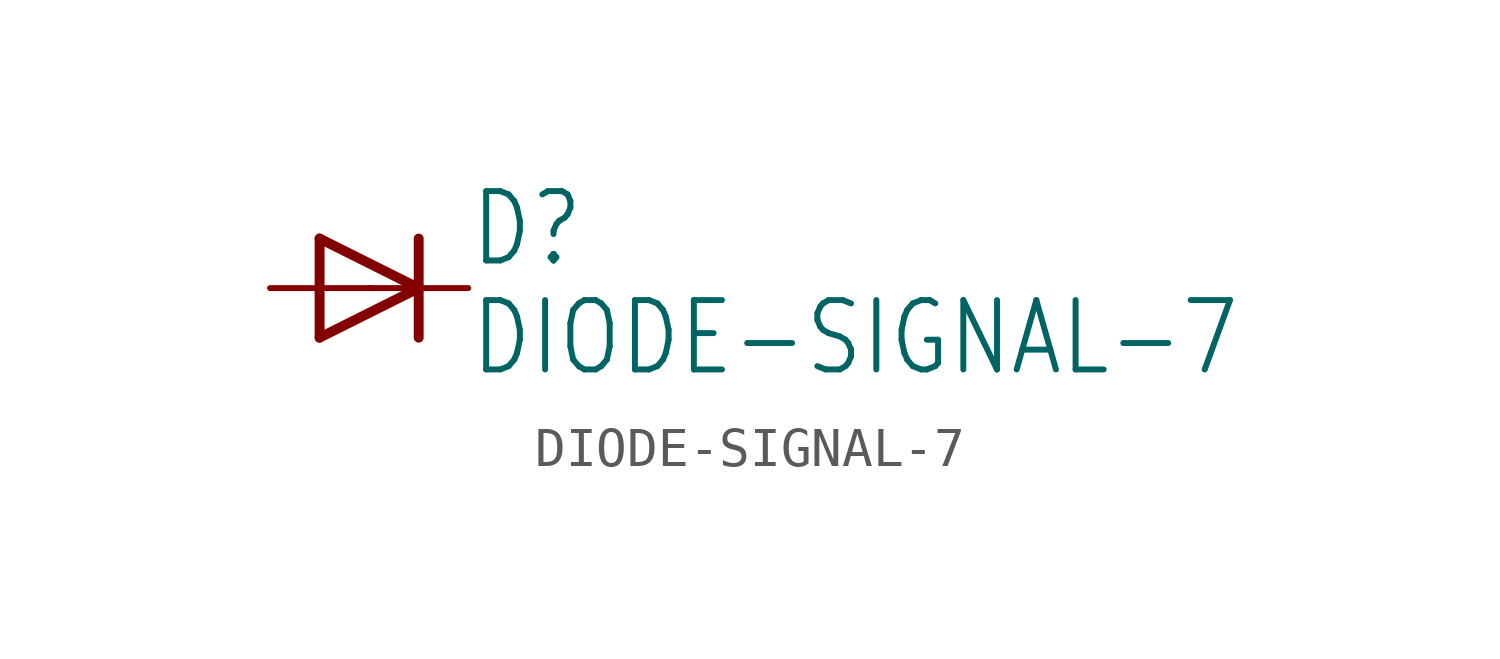
<source format=kicad_sym>
(kicad_symbol_lib
  (version 20211014)
  (generator kicad_symbol_editor)
  (symbol "DIODE-SIGNAL-7"
    (property "Reference" "D"
      (at 2.54 0.483 0)
      (effects (font (size 1.778 1.511)) (justify left bottom)))
    (property "Value" "DIODE-SIGNAL-7"
      (at 2.54 -2.311 0)
      (effects (font (size 1.778 1.511)) (justify left bottom)))
    (property "ki_locked" ""
      (at 0 0 0)
      (effects (font (size 1.27 1.27))))
    (symbol "DIODE-SIGNAL-7_1_0"
      (polyline (pts (xy -1.27 -1.27) (xy 1.27 0)) (stroke (width 0.254) (type default) (color 0 0 0 0)) (fill (type none)))
      (polyline (pts (xy -1.27 1.27) (xy -1.27 -1.27)) (stroke (width 0.254) (type default) (color 0 0 0 0)) (fill (type none)))
      (polyline (pts (xy 1.27 0) (xy -1.27 1.27)) (stroke (width 0.254) (type default) (color 0 0 0 0)) (fill (type none)))
      (polyline (pts (xy 1.27 0) (xy 1.27 -1.27)) (stroke (width 0.254) (type default) (color 0 0 0 0)) (fill (type none)))
      (polyline (pts (xy 1.27 1.27) (xy 1.27 0)) (stroke (width 0.254) (type default) (color 0 0 0 0)) (fill (type none)))
      (pin passive line (at -2.54 0 0) (length 2.54) (name "A" (effects (font (size 0 0)))) (number "A" (effects (font (size 0 0)))))
      (pin passive line (at 2.54 0 180) (length 2.54) (name "C" (effects (font (size 0 0)))) (number "C" (effects (font (size 0 0))))))))
</source>
